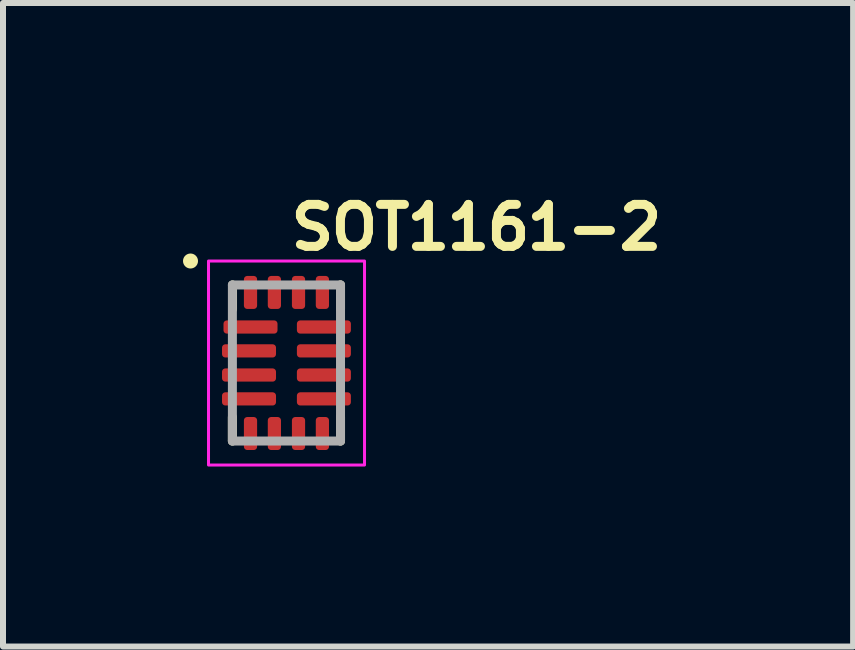
<source format=kicad_pcb>
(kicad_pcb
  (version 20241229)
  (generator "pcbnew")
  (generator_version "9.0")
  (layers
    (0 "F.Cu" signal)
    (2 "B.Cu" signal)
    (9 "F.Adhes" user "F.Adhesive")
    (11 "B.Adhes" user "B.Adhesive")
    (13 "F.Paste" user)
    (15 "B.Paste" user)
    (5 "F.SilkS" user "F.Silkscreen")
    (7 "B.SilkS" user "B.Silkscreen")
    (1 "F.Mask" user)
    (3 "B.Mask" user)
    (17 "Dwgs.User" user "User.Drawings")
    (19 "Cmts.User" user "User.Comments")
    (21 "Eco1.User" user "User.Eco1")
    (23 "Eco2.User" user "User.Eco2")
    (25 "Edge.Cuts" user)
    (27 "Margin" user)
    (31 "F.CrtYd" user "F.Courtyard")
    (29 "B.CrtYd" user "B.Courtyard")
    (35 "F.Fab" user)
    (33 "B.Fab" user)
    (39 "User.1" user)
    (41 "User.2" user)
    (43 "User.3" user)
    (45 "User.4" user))
  (footprint "SOT1161-2"
    (layer "F.Cu")
    (at 1.725 3)
    (property "Reference" "SOT1161-2" (at 0 -1.85 0) (layer "F.SilkS") (effects (font (size 0.7 0.7) (thickness 0.15)) (justify left bottom)))
    (attr smd)
    (fp_line (start -0.902 0.9) (end -0.902 1.3) (stroke (width 0.15) (type solid)) (layer "F.SilkS"))
    (fp_line (start -0.9 -0.9) (end -0.9 -1.3) (stroke (width 0.15) (type solid)) (layer "F.SilkS"))
    (fp_line (start 0.9 -0.901) (end 0.9 -1.301) (stroke (width 0.15) (type solid)) (layer "F.SilkS"))
    (fp_line (start 0.9 0.9) (end 0.9 1.3) (stroke (width 0.15) (type solid)) (layer "F.SilkS"))
    (fp_circle (center -1.6 -1.7) (end -1.55 -1.7) (stroke (width 0.15) (type solid)) (fill yes) (layer "F.SilkS"))
    (fp_rect (start -1.3 -1.7) (end 1.3 1.7) (stroke (width 0.05) (type solid)) (fill no) (layer "F.CrtYd"))
    (fp_line (start -0.902 -1.301) (end 0.9 -1.301) (stroke (width 0.15) (type solid)) (layer "F.Fab"))
    (fp_line (start -0.902 1.3) (end -0.902 -1.301) (stroke (width 0.15) (type solid)) (layer "F.Fab"))
    (fp_line (start 0.9 -1.301) (end 0.9 1.3) (stroke (width 0.15) (type solid)) (layer "F.Fab"))
    (fp_line (start 0.9 1.3) (end -0.902 1.3) (stroke (width 0.15) (type solid)) (layer "F.Fab"))
    (fp_rect (start -0.902 -1.301) (end 0.9 1.3) (stroke (width 0.1) (type solid)) (fill no) (layer "User.5"))
    (fp_line (start -0.902 -1.301) (end 0.9 -1.301) (stroke (width 0.02) (type solid)) (layer "User.9"))
    (fp_line (start -0.902 1.3) (end -0.902 -1.301) (stroke (width 0.02) (type solid)) (layer "User.9"))
    (fp_line (start 0.9 -1.301) (end 0.9 1.3) (stroke (width 0.02) (type solid)) (layer "User.9"))
    (fp_line (start 0.9 1.3) (end -0.902 1.3) (stroke (width 0.02) (type solid)) (layer "User.9"))
    (pad "1" smd roundrect (at -0.6 -0.6 90) (size 0.22 0.9) (layers "F.Cu" "F.Mask" "F.Paste") (roundrect_rratio 0.25))
    (pad "2" smd roundrect (at -0.625 -0.202 90) (size 0.22 0.9) (layers "F.Cu" "F.Mask" "F.Paste") (roundrect_rratio 0.25))
    (pad "3" smd roundrect (at -0.625 0.2 90) (size 0.22 0.9) (layers "F.Cu" "F.Mask" "F.Paste") (roundrect_rratio 0.25))
    (pad "4" smd roundrect (at -0.625 0.598 90) (size 0.22 0.9) (layers "F.Cu" "F.Mask" "F.Paste") (roundrect_rratio 0.25))
    (pad "5" smd roundrect (at -0.6 1.175) (size 0.22 0.55) (layers "F.Cu" "F.Mask" "F.Paste") (roundrect_rratio 0.25))
    (pad "6" smd roundrect (at -0.202 1.175) (size 0.22 0.55) (layers "F.Cu" "F.Mask" "F.Paste") (roundrect_rratio 0.25))
    (pad "7" smd roundrect (at 0.2 1.175) (size 0.22 0.55) (layers "F.Cu" "F.Mask" "F.Paste") (roundrect_rratio 0.25))
    (pad "8" smd roundrect (at 0.598 1.175) (size 0.22 0.55) (layers "F.Cu" "F.Mask" "F.Paste") (roundrect_rratio 0.25))
    (pad "9" smd roundrect (at 0.623 0.598 90) (size 0.22 0.9) (layers "F.Cu" "F.Mask" "F.Paste") (roundrect_rratio 0.25))
    (pad "10" smd roundrect (at 0.623 0.2 90) (size 0.22 0.9) (layers "F.Cu" "F.Mask" "F.Paste") (roundrect_rratio 0.25))
    (pad "11" smd roundrect (at 0.623 -0.202 90) (size 0.22 0.9) (layers "F.Cu" "F.Mask" "F.Paste") (roundrect_rratio 0.25))
    (pad "12" smd roundrect (at 0.623 -0.6 90) (size 0.22 0.9) (layers "F.Cu" "F.Mask" "F.Paste") (roundrect_rratio 0.25))
    (pad "13" smd roundrect (at 0.598 -1.176) (size 0.22 0.55) (layers "F.Cu" "F.Mask" "F.Paste") (roundrect_rratio 0.25))
    (pad "14" smd roundrect (at 0.2 -1.176) (size 0.22 0.55) (layers "F.Cu" "F.Mask" "F.Paste") (roundrect_rratio 0.25))
    (pad "15" smd roundrect (at -0.202 -1.176) (size 0.22 0.55) (layers "F.Cu" "F.Mask" "F.Paste") (roundrect_rratio 0.25))
    (pad "16" smd roundrect (at -0.6 -1.176) (size 0.22 0.55) (layers "F.Cu" "F.Mask" "F.Paste") (roundrect_rratio 0.25)))
  (gr_rect
    (start -3 -3)
    (end 11.168 7.725)
    (stroke (width 0.1) (type default))
    (fill no)
    (layer "Edge.Cuts")))
</source>
